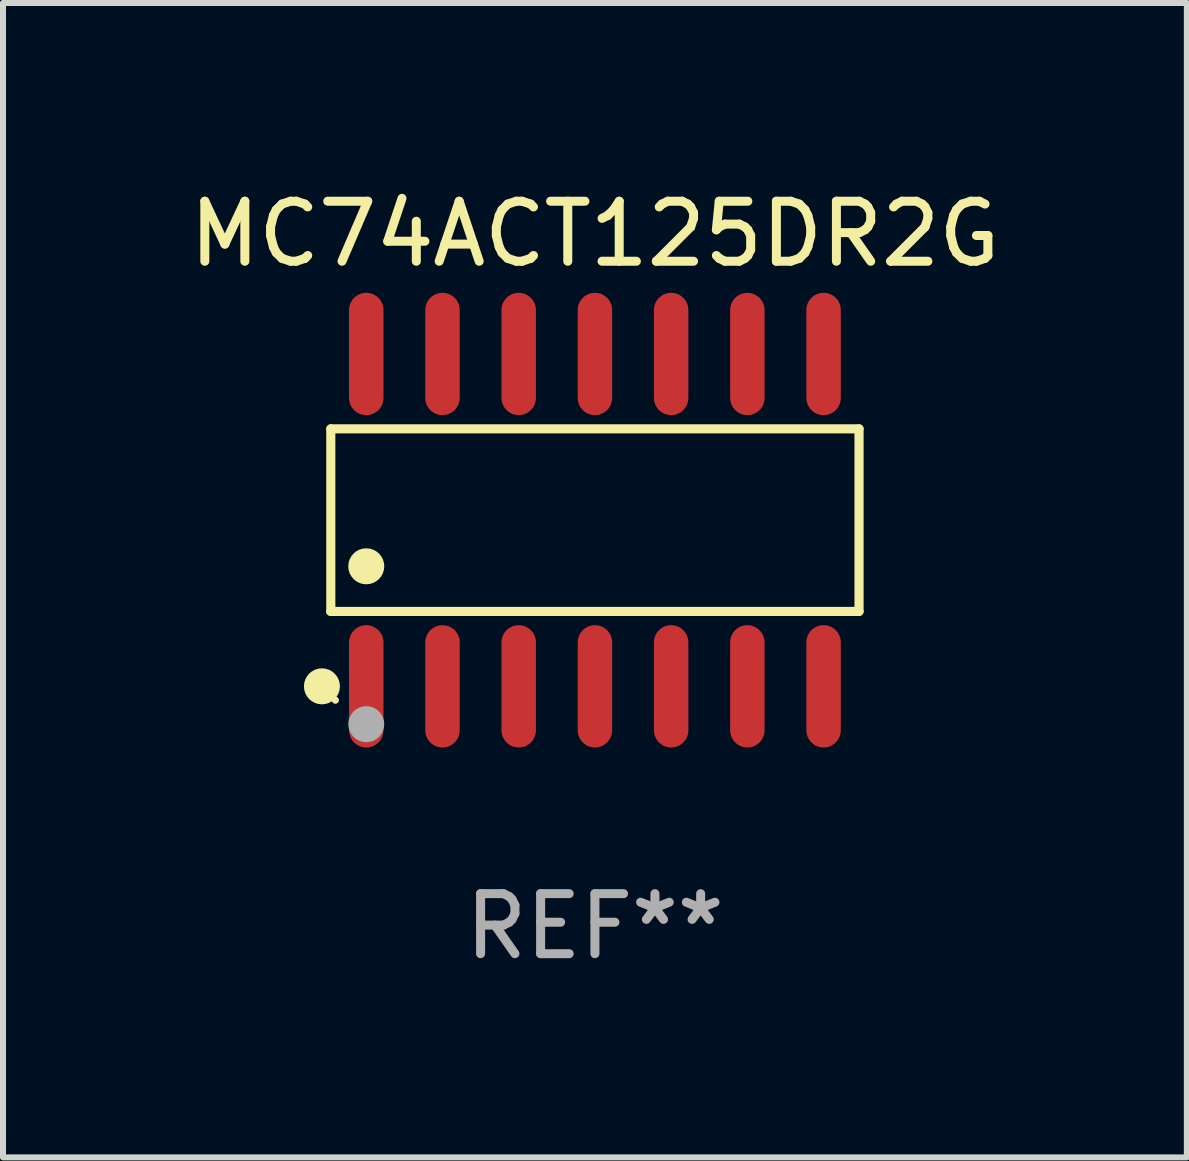
<source format=kicad_pcb>
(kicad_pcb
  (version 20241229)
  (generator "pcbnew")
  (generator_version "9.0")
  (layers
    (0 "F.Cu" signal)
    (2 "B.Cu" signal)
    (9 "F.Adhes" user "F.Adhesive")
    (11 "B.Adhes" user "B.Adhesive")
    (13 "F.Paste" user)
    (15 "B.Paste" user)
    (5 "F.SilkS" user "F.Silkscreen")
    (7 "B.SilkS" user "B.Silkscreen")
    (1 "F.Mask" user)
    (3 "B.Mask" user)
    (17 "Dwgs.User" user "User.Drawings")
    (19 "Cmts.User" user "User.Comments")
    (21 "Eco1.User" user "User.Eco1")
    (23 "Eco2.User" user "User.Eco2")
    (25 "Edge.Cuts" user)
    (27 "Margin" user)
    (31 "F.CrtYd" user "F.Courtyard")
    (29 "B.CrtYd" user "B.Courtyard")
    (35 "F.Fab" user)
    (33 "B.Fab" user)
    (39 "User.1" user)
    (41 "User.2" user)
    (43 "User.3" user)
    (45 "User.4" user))
  (footprint "MC74ACT125DR2G"
    (layer "F.Cu")
    (at 6.863 5.617)
    (property "Reference" "MC74ACT125DR2G" (at 0 -4.769 0) (layer "F.SilkS") (effects (font (size 1 1) (thickness 0.15))))
    (attr through_hole)
    (fp_line (start -4.401 -1.521) (end 4.401 -1.521) (stroke (width 0.152) (type solid)) (layer "F.SilkS"))
    (fp_line (start -4.401 1.521) (end -4.401 -1.521) (stroke (width 0.152) (type solid)) (layer "F.SilkS"))
    (fp_line (start 4.401 -1.521) (end 4.401 1.521) (stroke (width 0.152) (type solid)) (layer "F.SilkS"))
    (fp_line (start 4.401 1.521) (end -4.401 1.521) (stroke (width 0.152) (type solid)) (layer "F.SilkS"))
    (fp_circle (center -4.549 2.769) (end -4.399 2.769) (stroke (width 0.3) (type solid)) (fill no) (layer "F.SilkS"))
    (fp_circle (center -4.325 3) (end -4.295 3) (stroke (width 0.06) (type solid)) (fill no) (layer "F.SilkS"))
    (fp_circle (center -3.81 0.769) (end -3.66 0.769) (stroke (width 0.3) (type solid)) (fill no) (layer "F.SilkS"))
    (fp_circle (center -3.81 3.4) (end -3.66 3.4) (stroke (width 0.3) (type solid)) (fill no) (layer "F.Fab"))
    (fp_text user "REF**" (at 0 6.769 0) (layer "F.Fab") (effects (font (size 1 1) (thickness 0.15))))
    (pad "1" smd oval (at -3.81 2.769) (size 0.574 2.038) (layers "F.Cu" "F.Mask" "F.Paste"))
    (pad "2" smd oval (at -2.54 2.769) (size 0.574 2.038) (layers "F.Cu" "F.Mask" "F.Paste"))
    (pad "3" smd oval (at -1.27 2.769) (size 0.574 2.038) (layers "F.Cu" "F.Mask" "F.Paste"))
    (pad "4" smd oval (at 0 2.769) (size 0.574 2.038) (layers "F.Cu" "F.Mask" "F.Paste"))
    (pad "5" smd oval (at 1.27 2.769) (size 0.574 2.038) (layers "F.Cu" "F.Mask" "F.Paste"))
    (pad "6" smd oval (at 2.54 2.769) (size 0.574 2.038) (layers "F.Cu" "F.Mask" "F.Paste"))
    (pad "7" smd oval (at 3.81 2.769) (size 0.574 2.038) (layers "F.Cu" "F.Mask" "F.Paste"))
    (pad "8" smd oval (at 3.81 -2.769) (size 0.574 2.038) (layers "F.Cu" "F.Mask" "F.Paste"))
    (pad "9" smd oval (at 2.54 -2.769) (size 0.574 2.038) (layers "F.Cu" "F.Mask" "F.Paste"))
    (pad "10" smd oval (at 1.27 -2.769) (size 0.574 2.038) (layers "F.Cu" "F.Mask" "F.Paste"))
    (pad "11" smd oval (at 0 -2.769) (size 0.574 2.038) (layers "F.Cu" "F.Mask" "F.Paste"))
    (pad "12" smd oval (at -1.27 -2.769) (size 0.574 2.038) (layers "F.Cu" "F.Mask" "F.Paste"))
    (pad "13" smd oval (at -2.54 -2.769) (size 0.574 2.038) (layers "F.Cu" "F.Mask" "F.Paste"))
    (pad "14" smd oval (at -3.81 -2.769) (size 0.574 2.038) (layers "F.Cu" "F.Mask" "F.Paste")))
  (gr_rect
    (start -3 -3)
    (end 16.726 16.235)
    (stroke (width 0.1) (type default))
    (fill no)
    (layer "Edge.Cuts")))
</source>
